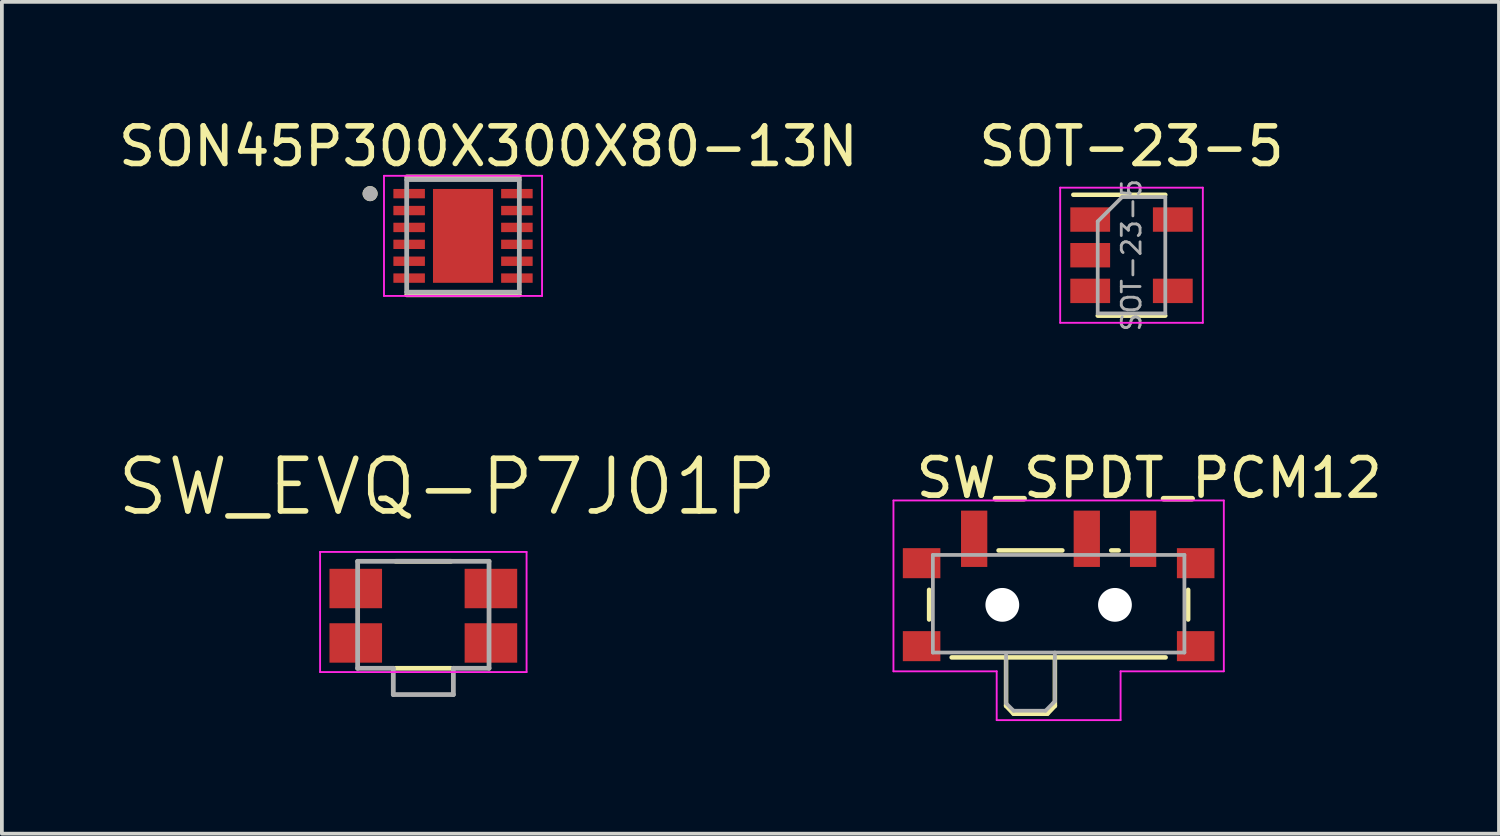
<source format=kicad_pcb>
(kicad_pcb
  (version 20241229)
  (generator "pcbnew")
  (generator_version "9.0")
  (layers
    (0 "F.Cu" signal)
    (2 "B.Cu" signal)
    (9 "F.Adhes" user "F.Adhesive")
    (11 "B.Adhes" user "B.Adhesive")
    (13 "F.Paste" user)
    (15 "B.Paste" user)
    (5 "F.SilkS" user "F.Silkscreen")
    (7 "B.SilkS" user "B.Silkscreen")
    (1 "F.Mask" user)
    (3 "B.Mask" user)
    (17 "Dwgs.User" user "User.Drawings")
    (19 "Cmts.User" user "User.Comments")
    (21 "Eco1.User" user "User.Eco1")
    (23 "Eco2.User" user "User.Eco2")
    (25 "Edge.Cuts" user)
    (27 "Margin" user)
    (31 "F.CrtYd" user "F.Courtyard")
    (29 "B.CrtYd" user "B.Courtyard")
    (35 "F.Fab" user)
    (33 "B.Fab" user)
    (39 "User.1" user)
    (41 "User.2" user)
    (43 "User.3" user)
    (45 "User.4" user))
  (footprint "SW_EVQ-P7J01P"
    (layer "F.Cu")
    (at 8.226 13.351)
    (property "Reference" "SW_EVQ-P7J01P" (at 0.636 -3.433 0) (layer "F.SilkS") (effects (font (size 1.402 1.402) (thickness 0.15))))
    (attr smd)
    (fp_line (start -0.734 -1.45) (end 0.734 -1.45) (stroke (width 0.127) (type solid)) (layer "F.SilkS"))
    (fp_line (start 0.734 1.4) (end -0.734 1.4) (stroke (width 0.127) (type solid)) (layer "F.SilkS"))
    (fp_line (start -2.75 -1.7) (end 2.75 -1.7) (stroke (width 0.05) (type solid)) (layer "F.CrtYd"))
    (fp_line (start -2.75 1.5) (end -2.75 -1.7) (stroke (width 0.05) (type solid)) (layer "F.CrtYd"))
    (fp_line (start 2.75 -1.7) (end 2.75 1.5) (stroke (width 0.05) (type solid)) (layer "F.CrtYd"))
    (fp_line (start 2.75 1.5) (end -2.75 1.5) (stroke (width 0.05) (type solid)) (layer "F.CrtYd"))
    (fp_line (start -1.75 -1.45) (end 1.75 -1.45) (stroke (width 0.127) (type solid)) (layer "F.Fab"))
    (fp_line (start -1.75 1.4) (end -1.75 -1.45) (stroke (width 0.127) (type solid)) (layer "F.Fab"))
    (fp_line (start -0.8 1.4) (end -1.75 1.4) (stroke (width 0.127) (type solid)) (layer "F.Fab"))
    (fp_line (start -0.8 1.4) (end -0.8 2.1) (stroke (width 0.127) (type solid)) (layer "F.Fab"))
    (fp_line (start 0.8 1.4) (end 0.8 2.1) (stroke (width 0.127) (type solid)) (layer "F.Fab"))
    (fp_line (start 0.8 2.1) (end -0.8 2.1) (stroke (width 0.127) (type solid)) (layer "F.Fab"))
    (fp_line (start 1.75 -1.45) (end 1.75 1.4) (stroke (width 0.127) (type solid)) (layer "F.Fab"))
    (fp_line (start 1.75 1.4) (end 0.8 1.4) (stroke (width 0.127) (type solid)) (layer "F.Fab"))
    (pad "1_1" smd rect (at -1.8 -0.725) (size 1.4 1.05) (layers "F.Cu" "F.Mask" "F.Paste"))
    (pad "1_2" smd rect (at 1.8 -0.725) (size 1.4 1.05) (layers "F.Cu" "F.Mask" "F.Paste"))
    (pad "2_1" smd rect (at -1.8 0.725) (size 1.4 1.05) (layers "F.Cu" "F.Mask" "F.Paste"))
    (pad "2_2" smd rect (at 1.8 0.725) (size 1.4 1.05) (layers "F.Cu" "F.Mask" "F.Paste")))
  (footprint "SOT-23-5"
    (layer "F.Cu")
    (at 27.089 3.748)
    (property "Reference" "SOT-23-5" (at 0 -2.9 0) (layer "F.SilkS") (effects (font (size 1 1) (thickness 0.15))))
    (attr smd)
    (fp_line (start -0.9 1.61) (end 0.9 1.61) (stroke (width 0.12) (type solid)) (layer "F.SilkS"))
    (fp_line (start 0.9 -1.61) (end -1.55 -1.61) (stroke (width 0.12) (type solid)) (layer "F.SilkS"))
    (fp_line (start -1.9 -1.8) (end 1.9 -1.8) (stroke (width 0.05) (type solid)) (layer "F.CrtYd"))
    (fp_line (start -1.9 1.8) (end -1.9 -1.8) (stroke (width 0.05) (type solid)) (layer "F.CrtYd"))
    (fp_line (start 1.9 -1.8) (end 1.9 1.8) (stroke (width 0.05) (type solid)) (layer "F.CrtYd"))
    (fp_line (start 1.9 1.8) (end -1.9 1.8) (stroke (width 0.05) (type solid)) (layer "F.CrtYd"))
    (fp_line (start -0.9 -0.9) (end -0.9 1.55) (stroke (width 0.1) (type solid)) (layer "F.Fab"))
    (fp_line (start -0.9 -0.9) (end -0.25 -1.55) (stroke (width 0.1) (type solid)) (layer "F.Fab"))
    (fp_line (start 0.9 -1.55) (end -0.25 -1.55) (stroke (width 0.1) (type solid)) (layer "F.Fab"))
    (fp_line (start 0.9 -1.55) (end 0.9 1.55) (stroke (width 0.1) (type solid)) (layer "F.Fab"))
    (fp_line (start 0.9 1.55) (end -0.9 1.55) (stroke (width 0.1) (type solid)) (layer "F.Fab"))
    (fp_text user "${REFERENCE}" (at 0 0 90) (layer "F.Fab") (effects (font (size 0.5 0.5) (thickness 0.075))))
    (pad "1" smd rect (at -1.1 -0.95) (size 1.06 0.65) (layers "F.Cu" "F.Mask" "F.Paste"))
    (pad "2" smd rect (at -1.1 0) (size 1.06 0.65) (layers "F.Cu" "F.Mask" "F.Paste"))
    (pad "3" smd rect (at -1.1 0.95) (size 1.06 0.65) (layers "F.Cu" "F.Mask" "F.Paste"))
    (pad "4" smd rect (at 1.1 0.95) (size 1.06 0.65) (layers "F.Cu" "F.Mask" "F.Paste"))
    (pad "5" smd rect (at 1.1 -0.95) (size 1.06 0.65) (layers "F.Cu" "F.Mask" "F.Paste")))
  (footprint "SW_SPDT_PCM12"
    (layer "F.Cu")
    (at 25.148 12.731)
    (property "Reference" "SW_SPDT_PCM12" (at 2.413 -3.048 0) (layer "F.SilkS") (effects (font (size 1 1) (thickness 0.15))))
    (attr smd)
    (fp_line (start -3.45 -0.07) (end -3.45 0.72) (stroke (width 0.12) (type solid)) (layer "F.SilkS"))
    (fp_line (start -2.85 1.73) (end 2.85 1.73) (stroke (width 0.12) (type solid)) (layer "F.SilkS"))
    (fp_line (start -1.6 -1.12) (end 0.1 -1.12) (stroke (width 0.12) (type solid)) (layer "F.SilkS"))
    (fp_line (start -1.4 1.73) (end -1.4 3.02) (stroke (width 0.12) (type solid)) (layer "F.SilkS"))
    (fp_line (start -1.4 3.02) (end -1.2 3.23) (stroke (width 0.12) (type solid)) (layer "F.SilkS"))
    (fp_line (start -1.2 3.23) (end -0.3 3.23) (stroke (width 0.12) (type solid)) (layer "F.SilkS"))
    (fp_line (start -0.1 3.02) (end -0.3 3.23) (stroke (width 0.12) (type solid)) (layer "F.SilkS"))
    (fp_line (start -0.1 3.02) (end -0.1 1.73) (stroke (width 0.12) (type solid)) (layer "F.SilkS"))
    (fp_line (start 1.4 -1.12) (end 1.6 -1.12) (stroke (width 0.12) (type solid)) (layer "F.SilkS"))
    (fp_line (start 3.45 0.72) (end 3.45 -0.07) (stroke (width 0.12) (type solid)) (layer "F.SilkS"))
    (fp_line (start -4.4 -2.45) (end 4.4 -2.45) (stroke (width 0.05) (type solid)) (layer "F.CrtYd"))
    (fp_line (start -4.4 2.1) (end -4.4 -2.45) (stroke (width 0.05) (type solid)) (layer "F.CrtYd"))
    (fp_line (start -1.65 2.1) (end -4.4 2.1) (stroke (width 0.05) (type solid)) (layer "F.CrtYd"))
    (fp_line (start -1.65 3.4) (end -1.65 2.1) (stroke (width 0.05) (type solid)) (layer "F.CrtYd"))
    (fp_line (start 1.65 2.1) (end 1.65 3.4) (stroke (width 0.05) (type solid)) (layer "F.CrtYd"))
    (fp_line (start 1.65 3.4) (end -1.65 3.4) (stroke (width 0.05) (type solid)) (layer "F.CrtYd"))
    (fp_line (start 4.4 -2.45) (end 4.4 2.1) (stroke (width 0.05) (type solid)) (layer "F.CrtYd"))
    (fp_line (start 4.4 2.1) (end 1.65 2.1) (stroke (width 0.05) (type solid)) (layer "F.CrtYd"))
    (fp_line (start -3.35 -1) (end -3.35 1.6) (stroke (width 0.1) (type solid)) (layer "F.Fab"))
    (fp_line (start -3.35 1.6) (end 3.35 1.6) (stroke (width 0.1) (type solid)) (layer "F.Fab"))
    (fp_line (start -1.4 1.65) (end -1.4 2.95) (stroke (width 0.1) (type solid)) (layer "F.Fab"))
    (fp_line (start -1.4 2.95) (end -1.2 3.15) (stroke (width 0.1) (type solid)) (layer "F.Fab"))
    (fp_line (start -1.2 3.15) (end -0.35 3.15) (stroke (width 0.1) (type solid)) (layer "F.Fab"))
    (fp_line (start -0.35 3.15) (end -0.15 2.95) (stroke (width 0.1) (type solid)) (layer "F.Fab"))
    (fp_line (start -0.15 2.95) (end -0.1 2.9) (stroke (width 0.1) (type solid)) (layer "F.Fab"))
    (fp_line (start -0.1 2.9) (end -0.1 1.6) (stroke (width 0.1) (type solid)) (layer "F.Fab"))
    (fp_line (start 3.35 -1) (end -3.35 -1) (stroke (width 0.1) (type solid)) (layer "F.Fab"))
    (fp_line (start 3.35 1.6) (end 3.35 -1) (stroke (width 0.1) (type solid)) (layer "F.Fab"))
    (pad "" smd rect (at -3.65 -0.78) (size 1 0.8) (layers "F.Cu" "F.Mask" "F.Paste"))
    (pad "" smd rect (at -3.65 1.43) (size 1 0.8) (layers "F.Cu" "F.Mask" "F.Paste"))
    (pad "" np_thru_hole circle (at -1.5 0.33) (size 0.9 0.9) (drill 0.9) (layers "*.Cu" "*.Mask"))
    (pad "" np_thru_hole circle (at 1.5 0.33) (size 0.9 0.9) (drill 0.9) (layers "*.Cu" "*.Mask"))
    (pad "" smd rect (at 3.65 -0.78) (size 1 0.8) (layers "F.Cu" "F.Mask" "F.Paste"))
    (pad "" smd rect (at 3.65 1.43) (size 1 0.8) (layers "F.Cu" "F.Mask" "F.Paste"))
    (pad "1" smd rect (at -2.25 -1.43) (size 0.7 1.5) (layers "F.Cu" "F.Mask" "F.Paste"))
    (pad "2" smd rect (at 0.75 -1.43) (size 0.7 1.5) (layers "F.Cu" "F.Mask" "F.Paste"))
    (pad "3" smd rect (at 2.25 -1.43) (size 0.7 1.5) (layers "F.Cu" "F.Mask" "F.Paste")))
  (footprint "SON45P300X300X80-13N"
    (layer "F.Cu")
    (at 9.283 3.233)
    (property "Reference" "SON45P300X300X80-13N" (at 0.675 -2.385 0) (layer "F.SilkS") (effects (font (size 1 1) (thickness 0.15))))
    (attr smd)
    (fp_line (start -1.5 -1.57) (end 1.5 -1.57) (stroke (width 0.127) (type solid)) (layer "F.SilkS"))
    (fp_line (start -1.5 1.57) (end 1.5 1.57) (stroke (width 0.127) (type solid)) (layer "F.SilkS"))
    (fp_circle (center -2.475 -1.125) (end -2.375 -1.125) (stroke (width 0.2) (type solid)) (fill no) (layer "F.SilkS"))
    (fp_poly (pts (xy -0.51 -0.79) (xy 0.51 -0.79) (xy 0.51 0.79) (xy -0.51 0.79)) (stroke (width 0.01) (type solid)) (fill yes) (layer "F.Paste"))
    (fp_line (start -2.105 -1.6) (end -2.105 1.6) (stroke (width 0.05) (type solid)) (layer "F.CrtYd"))
    (fp_line (start -2.105 -1.6) (end 2.105 -1.6) (stroke (width 0.05) (type solid)) (layer "F.CrtYd"))
    (fp_line (start -2.105 1.6) (end 2.105 1.6) (stroke (width 0.05) (type solid)) (layer "F.CrtYd"))
    (fp_line (start 2.105 -1.6) (end 2.105 1.6) (stroke (width 0.05) (type solid)) (layer "F.CrtYd"))
    (fp_line (start -1.5 -1.5) (end -1.5 1.5) (stroke (width 0.127) (type solid)) (layer "F.Fab"))
    (fp_line (start -1.5 -1.5) (end 1.5 -1.5) (stroke (width 0.127) (type solid)) (layer "F.Fab"))
    (fp_line (start -1.5 1.5) (end 1.5 1.5) (stroke (width 0.127) (type solid)) (layer "F.Fab"))
    (fp_line (start 1.5 -1.5) (end 1.5 1.5) (stroke (width 0.127) (type solid)) (layer "F.Fab"))
    (fp_circle (center -2.475 -1.125) (end -2.375 -1.125) (stroke (width 0.2) (type solid)) (fill no) (layer "F.Fab"))
    (pad "1" smd roundrect (at -1.435 -1.125) (size 0.84 0.25) (layers "F.Cu" "F.Mask" "F.Paste") (roundrect_rratio 0.03))
    (pad "2" smd roundrect (at -1.435 -0.675) (size 0.84 0.25) (layers "F.Cu" "F.Mask" "F.Paste") (roundrect_rratio 0.03))
    (pad "3" smd roundrect (at -1.435 -0.225) (size 0.84 0.25) (layers "F.Cu" "F.Mask" "F.Paste") (roundrect_rratio 0.03))
    (pad "4" smd roundrect (at -1.435 0.225) (size 0.84 0.25) (layers "F.Cu" "F.Mask" "F.Paste") (roundrect_rratio 0.03))
    (pad "5" smd roundrect (at -1.435 0.675) (size 0.84 0.25) (layers "F.Cu" "F.Mask" "F.Paste") (roundrect_rratio 0.03))
    (pad "6" smd roundrect (at -1.435 1.125) (size 0.84 0.25) (layers "F.Cu" "F.Mask" "F.Paste") (roundrect_rratio 0.03))
    (pad "7" smd roundrect (at 1.435 1.125) (size 0.84 0.25) (layers "F.Cu" "F.Mask" "F.Paste") (roundrect_rratio 0.03))
    (pad "8" smd roundrect (at 1.435 0.675) (size 0.84 0.25) (layers "F.Cu" "F.Mask" "F.Paste") (roundrect_rratio 0.03))
    (pad "9" smd roundrect (at 1.435 0.225) (size 0.84 0.25) (layers "F.Cu" "F.Mask" "F.Paste") (roundrect_rratio 0.03))
    (pad "10" smd roundrect (at 1.435 -0.225) (size 0.84 0.25) (layers "F.Cu" "F.Mask" "F.Paste") (roundrect_rratio 0.03))
    (pad "11" smd roundrect (at 1.435 -0.675) (size 0.84 0.25) (layers "F.Cu" "F.Mask" "F.Paste") (roundrect_rratio 0.03))
    (pad "12" smd roundrect (at 1.435 -1.125) (size 0.84 0.25) (layers "F.Cu" "F.Mask" "F.Paste") (roundrect_rratio 0.03))
    (pad "13" smd rect (at 0 0) (size 1.6 2.5) (layers "F.Cu" "F.Mask")))
  (gr_rect
    (start -3 -3)
    (end 36.877 19.156)
    (stroke (width 0.1) (type default))
    (fill no)
    (layer "Edge.Cuts")))
</source>
